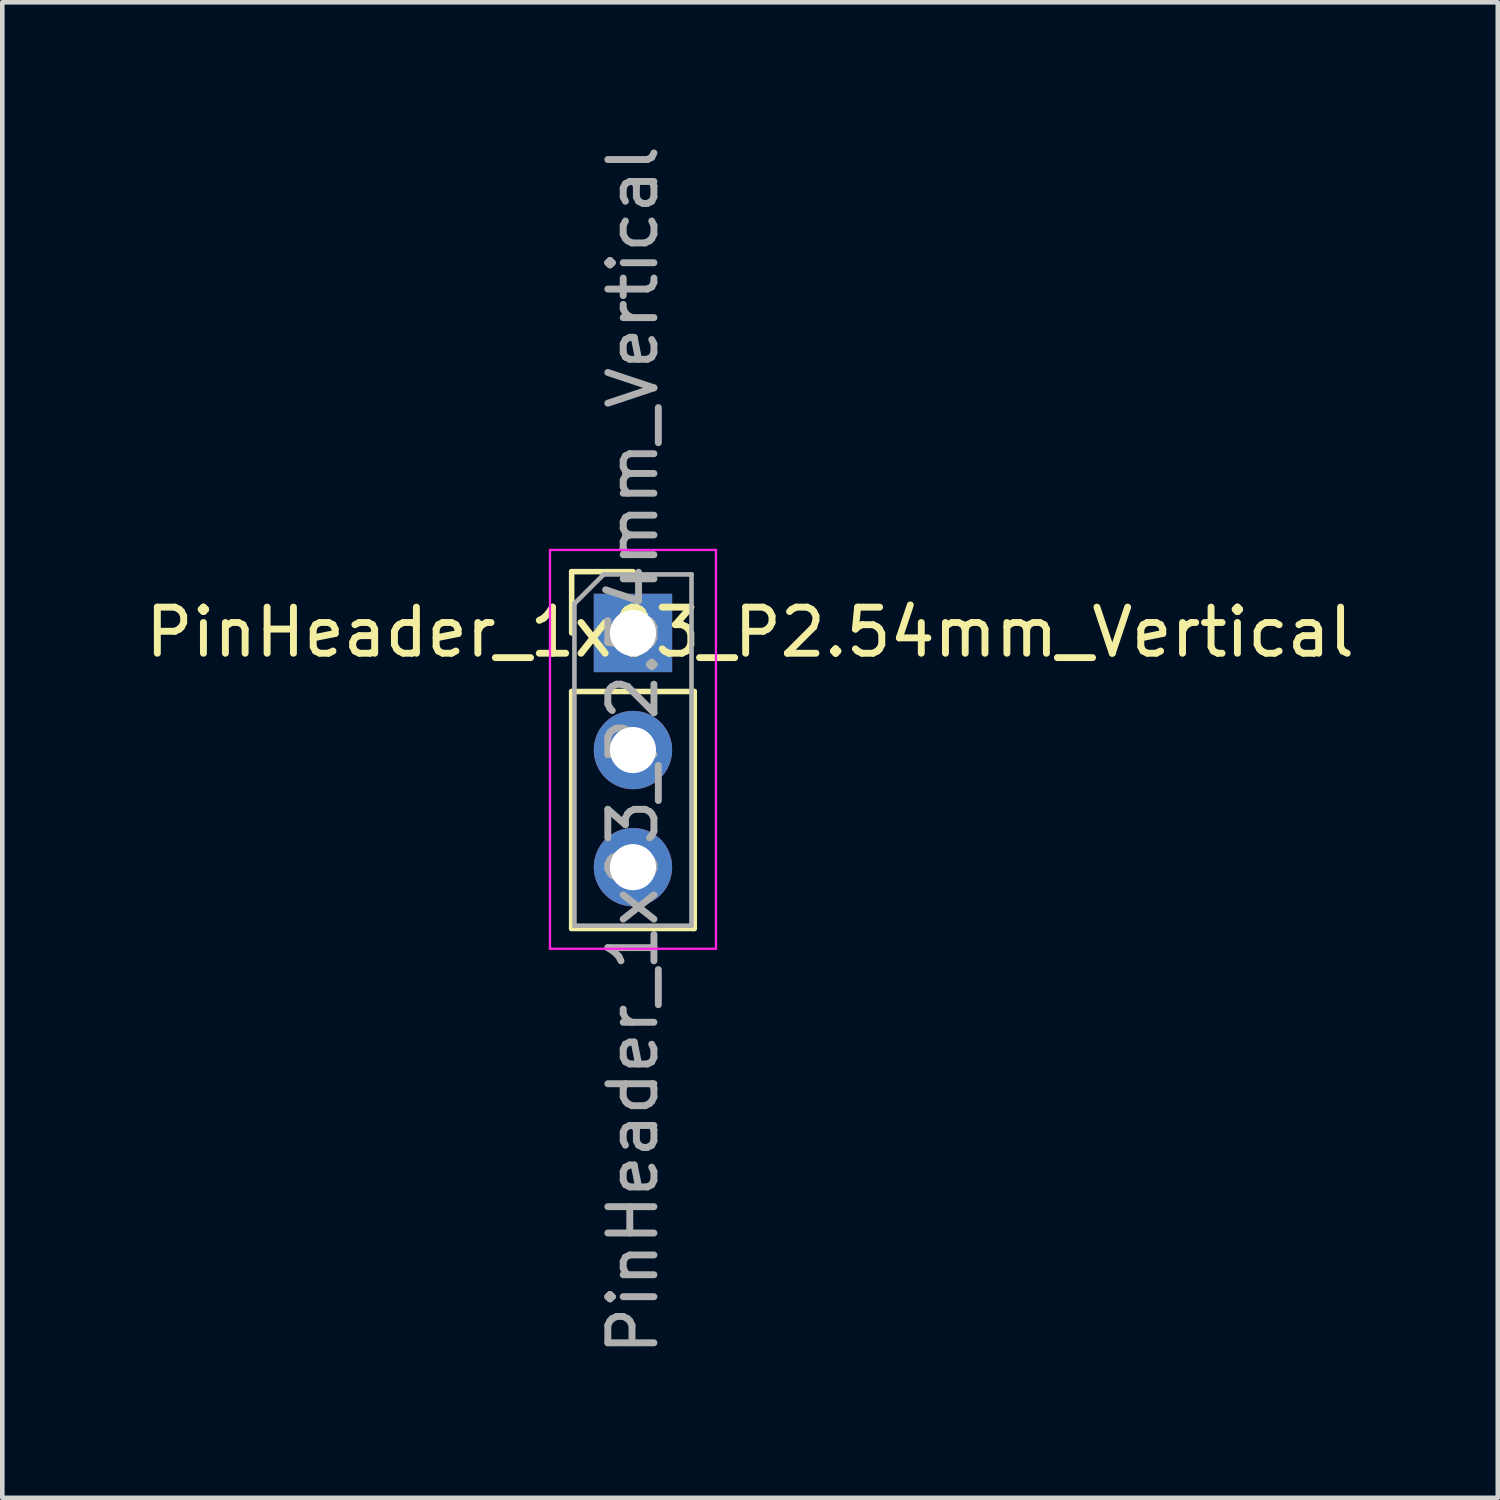
<source format=kicad_pcb>
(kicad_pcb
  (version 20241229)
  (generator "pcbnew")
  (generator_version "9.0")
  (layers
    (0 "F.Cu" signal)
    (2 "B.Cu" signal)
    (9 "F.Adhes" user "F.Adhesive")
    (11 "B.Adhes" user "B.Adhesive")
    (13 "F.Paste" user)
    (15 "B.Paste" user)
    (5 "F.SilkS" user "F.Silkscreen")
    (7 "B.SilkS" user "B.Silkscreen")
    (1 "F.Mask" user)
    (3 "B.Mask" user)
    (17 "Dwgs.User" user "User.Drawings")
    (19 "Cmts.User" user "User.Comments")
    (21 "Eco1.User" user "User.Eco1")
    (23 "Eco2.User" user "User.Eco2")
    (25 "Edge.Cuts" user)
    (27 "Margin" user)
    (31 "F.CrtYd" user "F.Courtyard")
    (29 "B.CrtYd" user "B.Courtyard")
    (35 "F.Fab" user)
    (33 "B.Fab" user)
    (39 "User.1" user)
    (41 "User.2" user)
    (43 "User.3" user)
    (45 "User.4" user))
  (footprint "PinHeader_1x03_P2.54mm_Vertical"
    (layer "F.Cu")
    (at 10.68 10.68)
    (property "Reference" "PinHeader_1x03_P2.54mm_Vertical" (at 2.54 -0.015 180) (layer "F.SilkS") (effects (font (size 1 1) (thickness 0.15))))
    (attr through_hole)
    (fp_line (start -1.33 -1.33) (end 0 -1.33) (stroke (width 0.12) (type solid)) (layer "F.SilkS"))
    (fp_line (start -1.33 0) (end -1.33 -1.33) (stroke (width 0.12) (type solid)) (layer "F.SilkS"))
    (fp_line (start -1.33 1.27) (end -1.33 6.41) (stroke (width 0.12) (type solid)) (layer "F.SilkS"))
    (fp_line (start -1.33 1.27) (end 1.33 1.27) (stroke (width 0.12) (type solid)) (layer "F.SilkS"))
    (fp_line (start -1.33 6.41) (end 1.33 6.41) (stroke (width 0.12) (type solid)) (layer "F.SilkS"))
    (fp_line (start 1.33 1.27) (end 1.33 6.41) (stroke (width 0.12) (type solid)) (layer "F.SilkS"))
    (fp_line (start -1.8 -1.8) (end -1.8 6.85) (stroke (width 0.05) (type solid)) (layer "F.CrtYd"))
    (fp_line (start -1.8 6.85) (end 1.8 6.85) (stroke (width 0.05) (type solid)) (layer "F.CrtYd"))
    (fp_line (start 1.8 -1.8) (end -1.8 -1.8) (stroke (width 0.05) (type solid)) (layer "F.CrtYd"))
    (fp_line (start 1.8 6.85) (end 1.8 -1.8) (stroke (width 0.05) (type solid)) (layer "F.CrtYd"))
    (fp_line (start -1.27 -0.635) (end -0.635 -1.27) (stroke (width 0.1) (type solid)) (layer "F.Fab"))
    (fp_line (start -1.27 6.35) (end -1.27 -0.635) (stroke (width 0.1) (type solid)) (layer "F.Fab"))
    (fp_line (start -0.635 -1.27) (end 1.27 -1.27) (stroke (width 0.1) (type solid)) (layer "F.Fab"))
    (fp_line (start 1.27 -1.27) (end 1.27 6.35) (stroke (width 0.1) (type solid)) (layer "F.Fab"))
    (fp_line (start 1.27 6.35) (end -1.27 6.35) (stroke (width 0.1) (type solid)) (layer "F.Fab"))
    (fp_text user "${REFERENCE}" (at 0 2.54 270) (layer "F.Fab") (effects (font (size 1 1) (thickness 0.15))))
    (pad "1" thru_hole rect (at 0 0) (size 1.7 1.7) (drill 1) (layers "*.Cu" "*.Mask"))
    (pad "2" thru_hole oval (at 0 2.54) (size 1.7 1.7) (drill 1) (layers "*.Cu" "*.Mask"))
    (pad "3" thru_hole oval (at 0 5.08) (size 1.7 1.7) (drill 1) (layers "*.Cu" "*.Mask")))
  (gr_rect
    (start -3 -3)
    (end 29.44 29.44)
    (stroke (width 0.1) (type default))
    (fill no)
    (layer "Edge.Cuts")))
</source>
